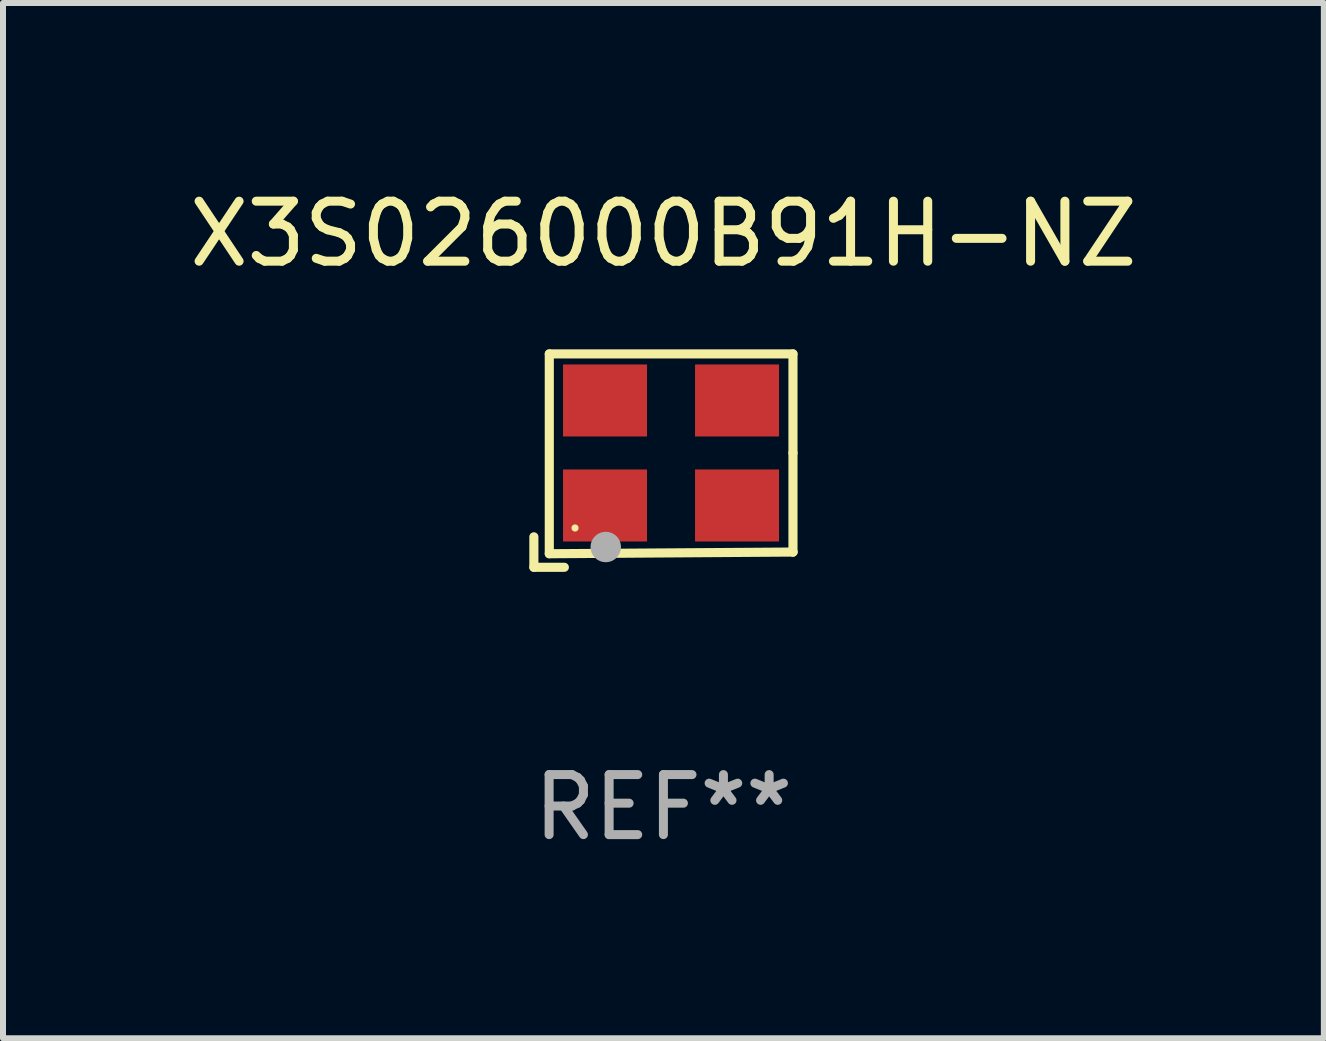
<source format=kicad_pcb>
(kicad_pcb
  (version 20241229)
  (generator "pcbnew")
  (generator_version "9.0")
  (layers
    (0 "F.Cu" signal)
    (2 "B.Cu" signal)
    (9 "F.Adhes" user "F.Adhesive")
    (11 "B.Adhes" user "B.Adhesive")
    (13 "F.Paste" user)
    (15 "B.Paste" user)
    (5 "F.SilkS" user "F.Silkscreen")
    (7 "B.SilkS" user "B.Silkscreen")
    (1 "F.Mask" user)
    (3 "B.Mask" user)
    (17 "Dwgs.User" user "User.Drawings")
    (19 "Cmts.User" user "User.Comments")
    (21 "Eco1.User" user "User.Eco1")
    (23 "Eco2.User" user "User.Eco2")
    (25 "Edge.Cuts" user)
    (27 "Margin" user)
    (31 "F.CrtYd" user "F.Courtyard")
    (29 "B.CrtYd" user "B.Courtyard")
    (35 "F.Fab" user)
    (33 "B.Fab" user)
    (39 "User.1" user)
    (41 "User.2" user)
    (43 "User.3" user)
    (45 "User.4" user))
  (footprint "X3S026000B91H-NZ"
    (layer "F.Cu")
    (at 8.006 4.626)
    (property "Reference" "X3S026000B91H-NZ" (at 0 -3.778 0) (layer "F.SilkS") (effects (font (size 1 1) (thickness 0.15))))
    (attr through_hole)
    (fp_line (start -2.159 1.27) (end -2.159 1.778) (stroke (width 0.152) (type solid)) (layer "F.SilkS"))
    (fp_line (start -2.159 1.778) (end -1.651 1.778) (stroke (width 0.152) (type solid)) (layer "F.SilkS"))
    (fp_line (start -1.902 -1.778) (end 2.159 -1.778) (stroke (width 0.152) (type solid)) (layer "F.SilkS"))
    (fp_line (start -1.902 1.552) (end -1.902 -1.778) (stroke (width 0.152) (type solid)) (layer "F.SilkS"))
    (fp_line (start 2.159 -1.778) (end 2.159 -0.127) (stroke (width 0.152) (type solid)) (layer "F.SilkS"))
    (fp_line (start 2.159 -0.127) (end 2.159 1.524) (stroke (width 0.152) (type solid)) (layer "F.SilkS"))
    (fp_line (start 2.159 1.524) (end -1.902 1.552) (stroke (width 0.152) (type solid)) (layer "F.SilkS"))
    (fp_line (start 2.159 1.524) (end 2.159 1.524) (stroke (width 0.152) (type solid)) (layer "F.SilkS"))
    (fp_circle (center -1.473 1.123) (end -1.443 1.123) (stroke (width 0.06) (type solid)) (fill no) (layer "F.SilkS"))
    (fp_circle (center -0.961 1.44) (end -0.834 1.44) (stroke (width 0.254) (type solid)) (fill no) (layer "F.Fab"))
    (fp_text user "REF**" (at 0 5.778 0) (layer "F.Fab") (effects (font (size 1 1) (thickness 0.15))))
    (pad "1" smd rect (at -0.973 0.748) (size 1.4 1.2) (layers "F.Cu" "F.Mask" "F.Paste"))
    (pad "2" smd rect (at 1.227 0.748) (size 1.4 1.2) (layers "F.Cu" "F.Mask" "F.Paste"))
    (pad "3" smd rect (at 1.227 -1.002) (size 1.4 1.2) (layers "F.Cu" "F.Mask" "F.Paste"))
    (pad "4" smd rect (at -0.973 -1.002) (size 1.4 1.2) (layers "F.Cu" "F.Mask" "F.Paste")))
  (gr_rect
    (start -3 -3)
    (end 19.012 14.253)
    (stroke (width 0.1) (type default))
    (fill no)
    (layer "Edge.Cuts")))
</source>
